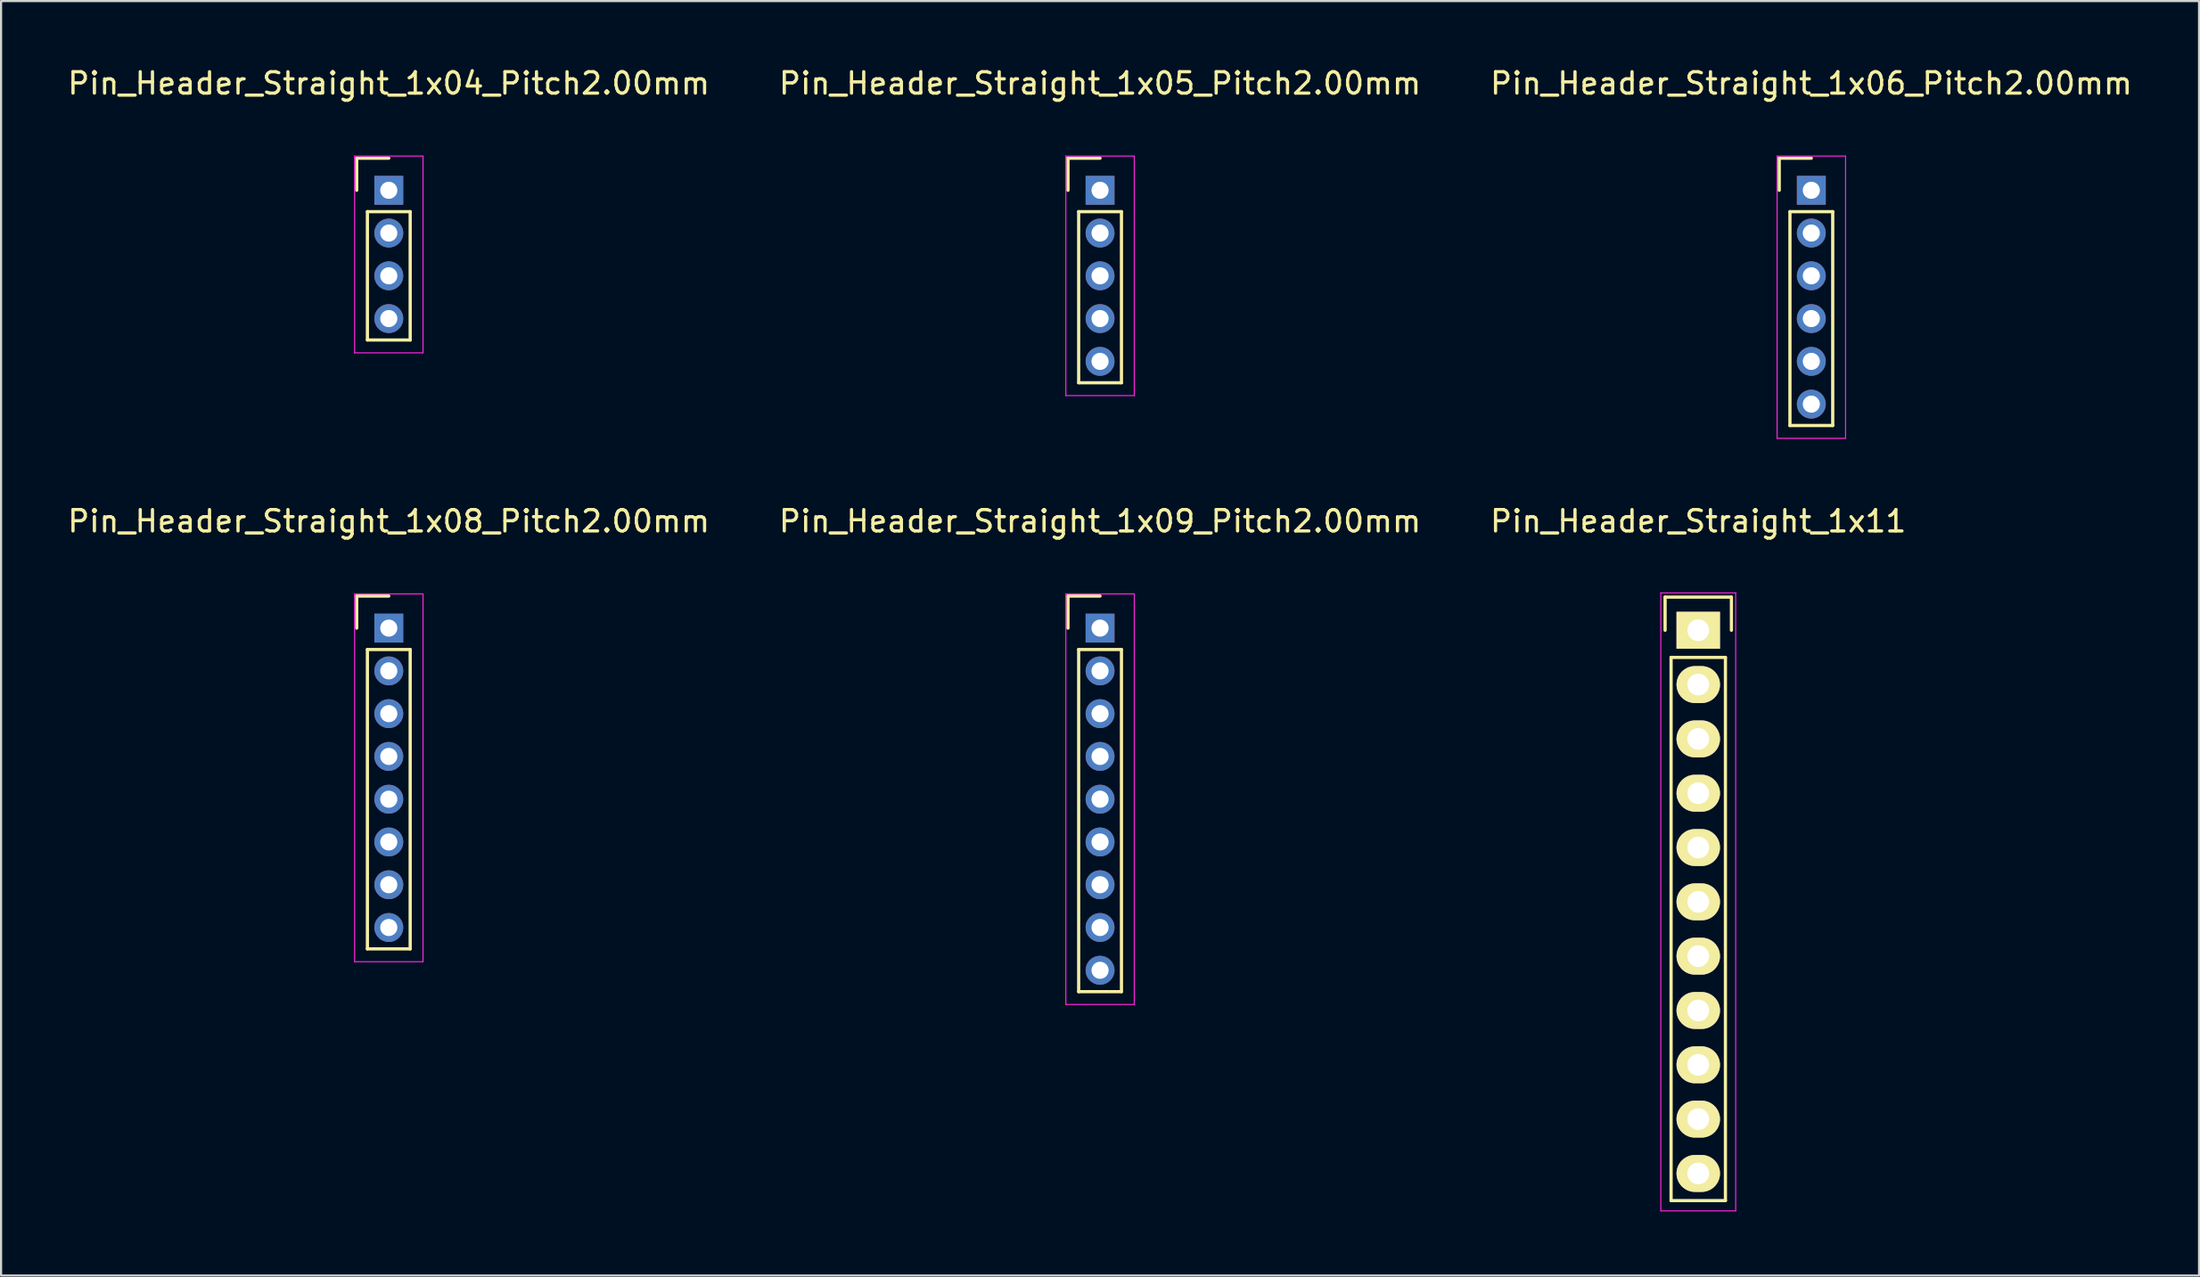
<source format=kicad_pcb>
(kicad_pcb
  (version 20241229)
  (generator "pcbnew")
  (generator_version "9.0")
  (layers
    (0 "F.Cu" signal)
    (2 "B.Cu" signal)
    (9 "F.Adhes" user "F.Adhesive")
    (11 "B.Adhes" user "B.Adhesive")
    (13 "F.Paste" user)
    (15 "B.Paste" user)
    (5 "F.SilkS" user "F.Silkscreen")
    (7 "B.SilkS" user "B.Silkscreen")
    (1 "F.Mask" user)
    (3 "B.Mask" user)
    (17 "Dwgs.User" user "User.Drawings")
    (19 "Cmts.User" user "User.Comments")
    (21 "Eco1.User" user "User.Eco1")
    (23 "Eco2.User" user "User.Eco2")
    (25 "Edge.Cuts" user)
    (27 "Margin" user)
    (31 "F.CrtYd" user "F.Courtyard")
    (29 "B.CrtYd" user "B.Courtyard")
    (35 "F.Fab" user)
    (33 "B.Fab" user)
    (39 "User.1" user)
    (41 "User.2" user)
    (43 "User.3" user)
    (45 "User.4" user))
  (footprint "Pin_Header_Straight_1x06_Pitch2.00mm"
    (layer "F.Cu")
    (at 81.625 5.848)
    (property "Reference" "Pin_Header_Straight_1x06_Pitch2.00mm" (at 0 -5 0) (layer "F.SilkS") (effects (font (size 1 1) (thickness 0.15))))
    (attr through_hole)
    (fp_line (start -1.5 -1.5) (end 0 -1.5) (stroke (width 0.15) (type solid)) (layer "F.SilkS"))
    (fp_line (start -1.5 0) (end -1.5 -1.5) (stroke (width 0.15) (type solid)) (layer "F.SilkS"))
    (fp_line (start -1 1) (end 1 1) (stroke (width 0.15) (type solid)) (layer "F.SilkS"))
    (fp_line (start -1 11) (end -1 1) (stroke (width 0.15) (type solid)) (layer "F.SilkS"))
    (fp_line (start 1 1) (end 1 11) (stroke (width 0.15) (type solid)) (layer "F.SilkS"))
    (fp_line (start 1 11) (end -1 11) (stroke (width 0.15) (type solid)) (layer "F.SilkS"))
    (fp_line (start -1.6 -1.6) (end 1.6 -1.6) (stroke (width 0.05) (type solid)) (layer "F.CrtYd"))
    (fp_line (start -1.6 11.6) (end -1.6 -1.6) (stroke (width 0.05) (type solid)) (layer "F.CrtYd"))
    (fp_line (start 1.6 -1.6) (end 1.6 11.6) (stroke (width 0.05) (type solid)) (layer "F.CrtYd"))
    (fp_line (start 1.6 11.6) (end -1.6 11.6) (stroke (width 0.05) (type solid)) (layer "F.CrtYd"))
    (pad "1" thru_hole rect (at 0 0) (size 1.35 1.35) (drill 0.8) (layers "*.Cu" "*.Mask"))
    (pad "2" thru_hole circle (at 0 2) (size 1.35 1.35) (drill 0.8) (layers "*.Cu" "*.Mask"))
    (pad "3" thru_hole circle (at 0 4) (size 1.35 1.35) (drill 0.8) (layers "*.Cu" "*.Mask"))
    (pad "4" thru_hole circle (at 0 6) (size 1.35 1.35) (drill 0.8) (layers "*.Cu" "*.Mask"))
    (pad "5" thru_hole circle (at 0 8) (size 1.35 1.35) (drill 0.8) (layers "*.Cu" "*.Mask"))
    (pad "6" thru_hole circle (at 0 10) (size 1.35 1.35) (drill 0.8) (layers "*.Cu" "*.Mask")))
  (footprint "Pin_Header_Straight_1x09_Pitch2.00mm"
    (layer "F.Cu")
    (at 48.375 26.322)
    (property "Reference" "Pin_Header_Straight_1x09_Pitch2.00mm" (at 0 -5 0) (layer "F.SilkS") (effects (font (size 1 1) (thickness 0.15))))
    (attr through_hole)
    (fp_line (start -1.5 -1.5) (end 0 -1.5) (stroke (width 0.15) (type solid)) (layer "F.SilkS"))
    (fp_line (start -1.5 0) (end -1.5 -1.5) (stroke (width 0.15) (type solid)) (layer "F.SilkS"))
    (fp_line (start -1 1) (end 1 1) (stroke (width 0.15) (type solid)) (layer "F.SilkS"))
    (fp_line (start -1 17) (end -1 1) (stroke (width 0.15) (type solid)) (layer "F.SilkS"))
    (fp_line (start 1 1) (end 1 17) (stroke (width 0.15) (type solid)) (layer "F.SilkS"))
    (fp_line (start 1 17) (end -1 17) (stroke (width 0.15) (type solid)) (layer "F.SilkS"))
    (fp_line (start -1.6 -1.6) (end 1.6 -1.6) (stroke (width 0.05) (type solid)) (layer "F.CrtYd"))
    (fp_line (start -1.6 17.6) (end -1.6 -1.6) (stroke (width 0.05) (type solid)) (layer "F.CrtYd"))
    (fp_line (start 1.6 -1.6) (end 1.6 17.6) (stroke (width 0.05) (type solid)) (layer "F.CrtYd"))
    (fp_line (start 1.6 17.6) (end -1.6 17.6) (stroke (width 0.05) (type solid)) (layer "F.CrtYd"))
    (pad "1" thru_hole rect (at 0 0) (size 1.35 1.35) (drill 0.8) (layers "*.Cu" "*.Mask"))
    (pad "2" thru_hole circle (at 0 2) (size 1.35 1.35) (drill 0.8) (layers "*.Cu" "*.Mask"))
    (pad "3" thru_hole circle (at 0 4) (size 1.35 1.35) (drill 0.8) (layers "*.Cu" "*.Mask"))
    (pad "4" thru_hole circle (at 0 6) (size 1.35 1.35) (drill 0.8) (layers "*.Cu" "*.Mask"))
    (pad "5" thru_hole circle (at 0 8) (size 1.35 1.35) (drill 0.8) (layers "*.Cu" "*.Mask"))
    (pad "6" thru_hole circle (at 0 10) (size 1.35 1.35) (drill 0.8) (layers "*.Cu" "*.Mask"))
    (pad "7" thru_hole circle (at 0 12) (size 1.35 1.35) (drill 0.8) (layers "*.Cu" "*.Mask"))
    (pad "8" thru_hole circle (at 0 14) (size 1.35 1.35) (drill 0.8) (layers "*.Cu" "*.Mask"))
    (pad "9" thru_hole circle (at 0 16) (size 1.35 1.35) (drill 0.8) (layers "*.Cu" "*.Mask")))
  (footprint "Pin_Header_Straight_1x11"
    (layer "F.Cu")
    (at 76.339 26.422)
    (property "Reference" "Pin_Header_Straight_1x11" (at 0 -5.1 0) (layer "F.SilkS") (effects (font (size 1 1) (thickness 0.15))))
    (attr through_hole)
    (fp_line (start -1.55 -1.55) (end 1.55 -1.55) (stroke (width 0.15) (type solid)) (layer "F.SilkS"))
    (fp_line (start -1.55 0) (end -1.55 -1.55) (stroke (width 0.15) (type solid)) (layer "F.SilkS"))
    (fp_line (start -1.27 26.67) (end -1.27 1.27) (stroke (width 0.15) (type solid)) (layer "F.SilkS"))
    (fp_line (start 1.27 1.27) (end -1.27 1.27) (stroke (width 0.15) (type solid)) (layer "F.SilkS"))
    (fp_line (start 1.27 1.27) (end 1.27 26.67) (stroke (width 0.15) (type solid)) (layer "F.SilkS"))
    (fp_line (start 1.27 26.67) (end -1.27 26.67) (stroke (width 0.15) (type solid)) (layer "F.SilkS"))
    (fp_line (start 1.55 -1.55) (end 1.55 0) (stroke (width 0.15) (type solid)) (layer "F.SilkS"))
    (fp_line (start -1.75 -1.75) (end -1.75 27.15) (stroke (width 0.05) (type solid)) (layer "F.CrtYd"))
    (fp_line (start -1.75 -1.75) (end 1.75 -1.75) (stroke (width 0.05) (type solid)) (layer "F.CrtYd"))
    (fp_line (start -1.75 27.15) (end 1.75 27.15) (stroke (width 0.05) (type solid)) (layer "F.CrtYd"))
    (fp_line (start 1.75 -1.75) (end 1.75 27.15) (stroke (width 0.05) (type solid)) (layer "F.CrtYd"))
    (pad "1" thru_hole rect (at 0 0) (size 2.032 1.727) (drill 1.016) (layers "*.Cu" "*.Mask" "F.SilkS"))
    (pad "2" thru_hole oval (at 0 2.54) (size 2.032 1.727) (drill 1.016) (layers "*.Cu" "*.Mask" "F.SilkS"))
    (pad "3" thru_hole oval (at 0 5.08) (size 2.032 1.727) (drill 1.016) (layers "*.Cu" "*.Mask" "F.SilkS"))
    (pad "4" thru_hole oval (at 0 7.62) (size 2.032 1.727) (drill 1.016) (layers "*.Cu" "*.Mask" "F.SilkS"))
    (pad "5" thru_hole oval (at 0 10.16) (size 2.032 1.727) (drill 1.016) (layers "*.Cu" "*.Mask" "F.SilkS"))
    (pad "6" thru_hole oval (at 0 12.7) (size 2.032 1.727) (drill 1.016) (layers "*.Cu" "*.Mask" "F.SilkS"))
    (pad "7" thru_hole oval (at 0 15.24) (size 2.032 1.727) (drill 1.016) (layers "*.Cu" "*.Mask" "F.SilkS"))
    (pad "8" thru_hole oval (at 0 17.78) (size 2.032 1.727) (drill 1.016) (layers "*.Cu" "*.Mask" "F.SilkS"))
    (pad "9" thru_hole oval (at 0 20.32) (size 2.032 1.727) (drill 1.016) (layers "*.Cu" "*.Mask" "F.SilkS"))
    (pad "10" thru_hole oval (at 0 22.86) (size 2.032 1.727) (drill 1.016) (layers "*.Cu" "*.Mask" "F.SilkS"))
    (pad "11" thru_hole oval (at 0 25.4) (size 2.032 1.727) (drill 1.016) (layers "*.Cu" "*.Mask" "F.SilkS")))
  (footprint "Pin_Header_Straight_1x04_Pitch2.00mm"
    (layer "F.Cu")
    (at 15.125 5.848)
    (property "Reference" "Pin_Header_Straight_1x04_Pitch2.00mm" (at 0 -5 0) (layer "F.SilkS") (effects (font (size 1 1) (thickness 0.15))))
    (attr through_hole)
    (fp_line (start -1.5 -1.5) (end 0 -1.5) (stroke (width 0.15) (type solid)) (layer "F.SilkS"))
    (fp_line (start -1.5 0) (end -1.5 -1.5) (stroke (width 0.15) (type solid)) (layer "F.SilkS"))
    (fp_line (start -1 1) (end 1 1) (stroke (width 0.15) (type solid)) (layer "F.SilkS"))
    (fp_line (start -1 7) (end -1 1) (stroke (width 0.15) (type solid)) (layer "F.SilkS"))
    (fp_line (start 1 1) (end 1 7) (stroke (width 0.15) (type solid)) (layer "F.SilkS"))
    (fp_line (start 1 7) (end -1 7) (stroke (width 0.15) (type solid)) (layer "F.SilkS"))
    (fp_line (start -1.6 -1.6) (end 1.6 -1.6) (stroke (width 0.05) (type solid)) (layer "F.CrtYd"))
    (fp_line (start -1.6 7.6) (end -1.6 -1.6) (stroke (width 0.05) (type solid)) (layer "F.CrtYd"))
    (fp_line (start 1.6 -1.6) (end 1.6 7.6) (stroke (width 0.05) (type solid)) (layer "F.CrtYd"))
    (fp_line (start 1.6 7.6) (end -1.6 7.6) (stroke (width 0.05) (type solid)) (layer "F.CrtYd"))
    (pad "1" thru_hole rect (at 0 0) (size 1.35 1.35) (drill 0.8) (layers "*.Cu" "*.Mask"))
    (pad "2" thru_hole circle (at 0 2) (size 1.35 1.35) (drill 0.8) (layers "*.Cu" "*.Mask"))
    (pad "3" thru_hole circle (at 0 4) (size 1.35 1.35) (drill 0.8) (layers "*.Cu" "*.Mask"))
    (pad "4" thru_hole circle (at 0 6) (size 1.35 1.35) (drill 0.8) (layers "*.Cu" "*.Mask")))
  (footprint "Pin_Header_Straight_1x05_Pitch2.00mm"
    (layer "F.Cu")
    (at 48.375 5.848)
    (property "Reference" "Pin_Header_Straight_1x05_Pitch2.00mm" (at 0 -5 0) (layer "F.SilkS") (effects (font (size 1 1) (thickness 0.15))))
    (attr through_hole)
    (fp_line (start -1.5 -1.5) (end 0 -1.5) (stroke (width 0.15) (type solid)) (layer "F.SilkS"))
    (fp_line (start -1.5 0) (end -1.5 -1.5) (stroke (width 0.15) (type solid)) (layer "F.SilkS"))
    (fp_line (start -1 1) (end 1 1) (stroke (width 0.15) (type solid)) (layer "F.SilkS"))
    (fp_line (start -1 9) (end -1 1) (stroke (width 0.15) (type solid)) (layer "F.SilkS"))
    (fp_line (start 1 1) (end 1 9) (stroke (width 0.15) (type solid)) (layer "F.SilkS"))
    (fp_line (start 1 9) (end -1 9) (stroke (width 0.15) (type solid)) (layer "F.SilkS"))
    (fp_line (start -1.6 -1.6) (end 1.6 -1.6) (stroke (width 0.05) (type solid)) (layer "F.CrtYd"))
    (fp_line (start -1.6 9.6) (end -1.6 -1.6) (stroke (width 0.05) (type solid)) (layer "F.CrtYd"))
    (fp_line (start 1.6 -1.6) (end 1.6 9.6) (stroke (width 0.05) (type solid)) (layer "F.CrtYd"))
    (fp_line (start 1.6 9.6) (end -1.6 9.6) (stroke (width 0.05) (type solid)) (layer "F.CrtYd"))
    (pad "1" thru_hole rect (at 0 0) (size 1.35 1.35) (drill 0.8) (layers "*.Cu" "*.Mask"))
    (pad "2" thru_hole circle (at 0 2) (size 1.35 1.35) (drill 0.8) (layers "*.Cu" "*.Mask"))
    (pad "3" thru_hole circle (at 0 4) (size 1.35 1.35) (drill 0.8) (layers "*.Cu" "*.Mask"))
    (pad "4" thru_hole circle (at 0 6) (size 1.35 1.35) (drill 0.8) (layers "*.Cu" "*.Mask"))
    (pad "5" thru_hole circle (at 0 8) (size 1.35 1.35) (drill 0.8) (layers "*.Cu" "*.Mask")))
  (footprint "Pin_Header_Straight_1x08_Pitch2.00mm"
    (layer "F.Cu")
    (at 15.125 26.322)
    (property "Reference" "Pin_Header_Straight_1x08_Pitch2.00mm" (at 0 -5 0) (layer "F.SilkS") (effects (font (size 1 1) (thickness 0.15))))
    (attr through_hole)
    (fp_line (start -1.5 -1.5) (end 0 -1.5) (stroke (width 0.15) (type solid)) (layer "F.SilkS"))
    (fp_line (start -1.5 0) (end -1.5 -1.5) (stroke (width 0.15) (type solid)) (layer "F.SilkS"))
    (fp_line (start -1 1) (end 1 1) (stroke (width 0.15) (type solid)) (layer "F.SilkS"))
    (fp_line (start -1 15) (end -1 1) (stroke (width 0.15) (type solid)) (layer "F.SilkS"))
    (fp_line (start 1 1) (end 1 15) (stroke (width 0.15) (type solid)) (layer "F.SilkS"))
    (fp_line (start 1 15) (end -1 15) (stroke (width 0.15) (type solid)) (layer "F.SilkS"))
    (fp_line (start -1.6 -1.6) (end 1.6 -1.6) (stroke (width 0.05) (type solid)) (layer "F.CrtYd"))
    (fp_line (start -1.6 15.6) (end -1.6 -1.6) (stroke (width 0.05) (type solid)) (layer "F.CrtYd"))
    (fp_line (start 1.6 -1.6) (end 1.6 15.6) (stroke (width 0.05) (type solid)) (layer "F.CrtYd"))
    (fp_line (start 1.6 15.6) (end -1.6 15.6) (stroke (width 0.05) (type solid)) (layer "F.CrtYd"))
    (pad "1" thru_hole rect (at 0 0) (size 1.35 1.35) (drill 0.8) (layers "*.Cu" "*.Mask"))
    (pad "2" thru_hole circle (at 0 2) (size 1.35 1.35) (drill 0.8) (layers "*.Cu" "*.Mask"))
    (pad "3" thru_hole circle (at 0 4) (size 1.35 1.35) (drill 0.8) (layers "*.Cu" "*.Mask"))
    (pad "4" thru_hole circle (at 0 6) (size 1.35 1.35) (drill 0.8) (layers "*.Cu" "*.Mask"))
    (pad "5" thru_hole circle (at 0 8) (size 1.35 1.35) (drill 0.8) (layers "*.Cu" "*.Mask"))
    (pad "6" thru_hole circle (at 0 10) (size 1.35 1.35) (drill 0.8) (layers "*.Cu" "*.Mask"))
    (pad "7" thru_hole circle (at 0 12) (size 1.35 1.35) (drill 0.8) (layers "*.Cu" "*.Mask"))
    (pad "8" thru_hole circle (at 0 14) (size 1.35 1.35) (drill 0.8) (layers "*.Cu" "*.Mask")))
  (gr_rect
    (start -3 -3)
    (end 99.75 56.596)
    (stroke (width 0.1) (type default))
    (fill no)
    (layer "Edge.Cuts")))
</source>
